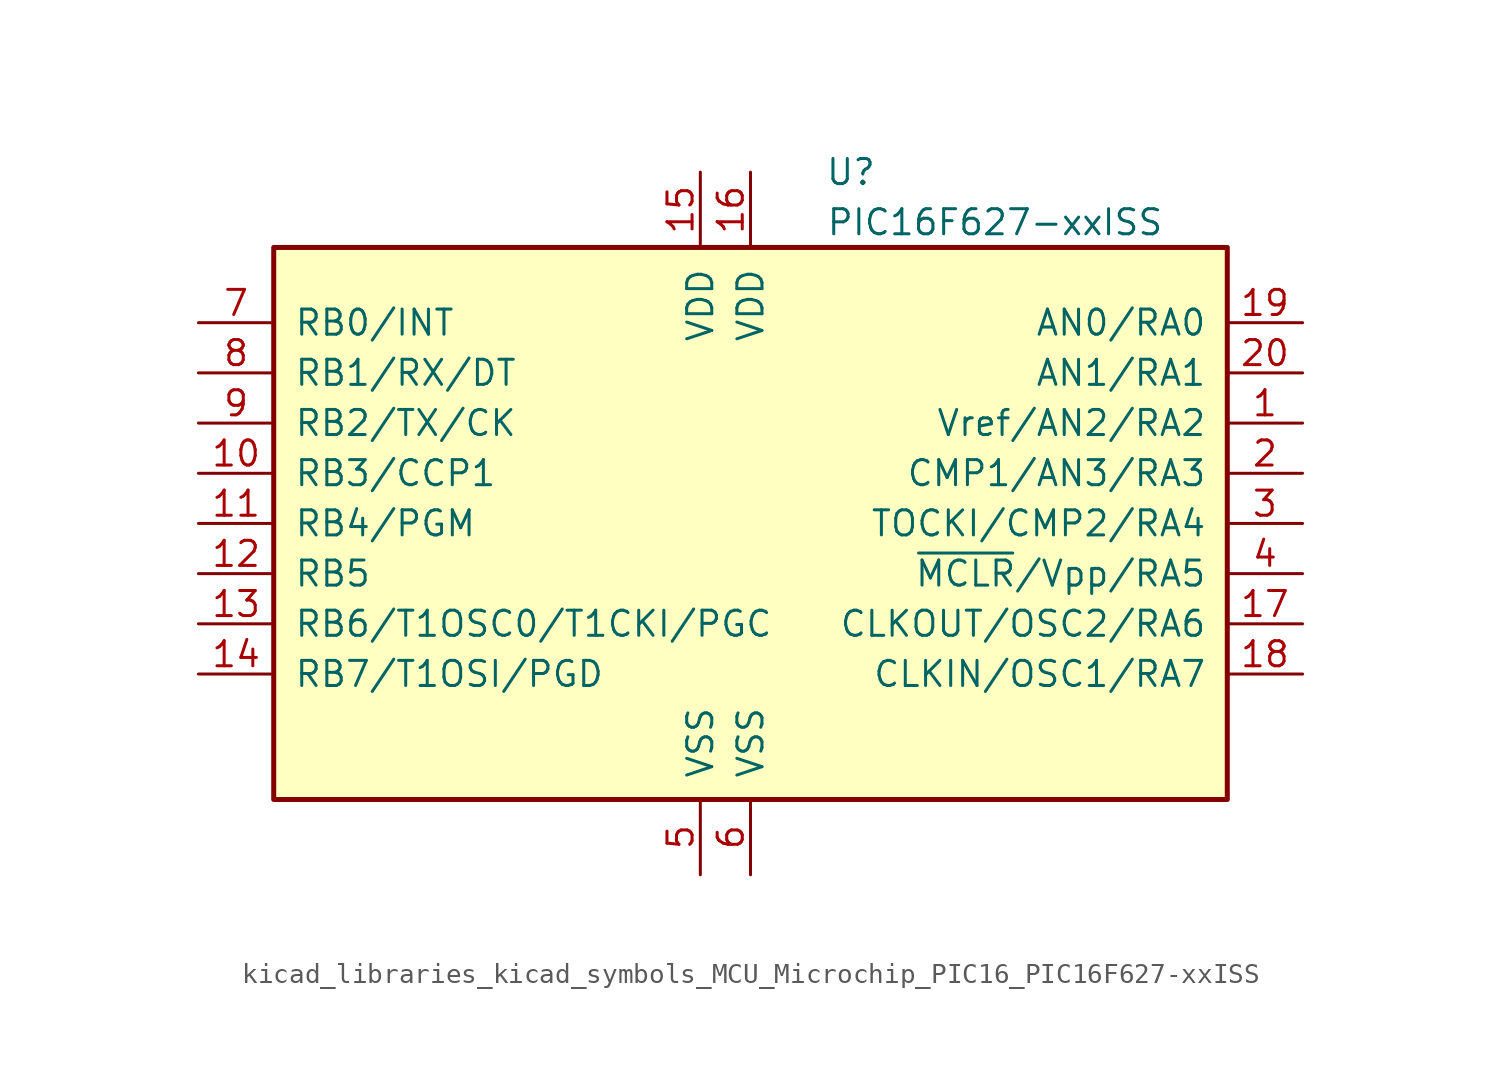
<source format=kicad_sym>
(kicad_symbol_lib
  (version 20220914)
  (generator kicad_symbol_editor)
  (symbol "kicad_libraries_kicad_symbols_MCU_Microchip_PIC16_PIC16F627-xxISS"
    (pin_names
      (offset 1.016))
    (property "Reference" "U"
      (at 5.08 17.78 0)
      (effects (font (size 1.27 1.27))))
    (property "Value" "PIC16F627-xxISS"
      (at 3.81 15.24 0)
      (effects (font (size 1.27 1.27)) (justify left)))
    (symbol "kicad_libraries_kicad_symbols_MCU_Microchip_PIC16_PIC16F627-xxISS_0_1"
      (rectangle (start 24.13 13.97) (end -24.13 -13.97) (stroke (width 0.254) (type default)) (fill (type background))))
    (symbol "kicad_libraries_kicad_symbols_MCU_Microchip_PIC16_PIC16F627-xxISS_1_1"
      (pin bidirectional line (at 27.94 5.08 180) (length 3.81) (name "Vref/AN2/RA2" (effects (font (size 1.27 1.27)))) (number "1" (effects (font (size 1.27 1.27)))))
      (pin bidirectional line (at -27.94 2.54 0) (length 3.81) (name "RB3/CCP1" (effects (font (size 1.27 1.27)))) (number "10" (effects (font (size 1.27 1.27)))))
      (pin bidirectional line (at -27.94 0 0) (length 3.81) (name "RB4/PGM" (effects (font (size 1.27 1.27)))) (number "11" (effects (font (size 1.27 1.27)))))
      (pin bidirectional line (at -27.94 -2.54 0) (length 3.81) (name "RB5" (effects (font (size 1.27 1.27)))) (number "12" (effects (font (size 1.27 1.27)))))
      (pin bidirectional line (at -27.94 -5.08 0) (length 3.81) (name "RB6/T1OSC0/T1CKI/PGC" (effects (font (size 1.27 1.27)))) (number "13" (effects (font (size 1.27 1.27)))))
      (pin bidirectional line (at -27.94 -7.62 0) (length 3.81) (name "RB7/T1OSI/PGD" (effects (font (size 1.27 1.27)))) (number "14" (effects (font (size 1.27 1.27)))))
      (pin power_in line (at -2.54 17.78 270) (length 3.81) (name "VDD" (effects (font (size 1.27 1.27)))) (number "15" (effects (font (size 1.27 1.27)))))
      (pin power_in line (at 0 17.78 270) (length 3.81) (name "VDD" (effects (font (size 1.27 1.27)))) (number "16" (effects (font (size 1.27 1.27)))))
      (pin bidirectional line (at 27.94 -5.08 180) (length 3.81) (name "CLKOUT/OSC2/RA6" (effects (font (size 1.27 1.27)))) (number "17" (effects (font (size 1.27 1.27)))))
      (pin bidirectional line (at 27.94 -7.62 180) (length 3.81) (name "CLKIN/OSC1/RA7" (effects (font (size 1.27 1.27)))) (number "18" (effects (font (size 1.27 1.27)))))
      (pin bidirectional line (at 27.94 10.16 180) (length 3.81) (name "AN0/RA0" (effects (font (size 1.27 1.27)))) (number "19" (effects (font (size 1.27 1.27)))))
      (pin bidirectional line (at 27.94 2.54 180) (length 3.81) (name "CMP1/AN3/RA3" (effects (font (size 1.27 1.27)))) (number "2" (effects (font (size 1.27 1.27)))))
      (pin bidirectional line (at 27.94 7.62 180) (length 3.81) (name "AN1/RA1" (effects (font (size 1.27 1.27)))) (number "20" (effects (font (size 1.27 1.27)))))
      (pin bidirectional line (at 27.94 0 180) (length 3.81) (name "TOCKI/CMP2/RA4" (effects (font (size 1.27 1.27)))) (number "3" (effects (font (size 1.27 1.27)))))
      (pin input line (at 27.94 -2.54 180) (length 3.81) (name "~{MCLR}/Vpp/RA5" (effects (font (size 1.27 1.27)))) (number "4" (effects (font (size 1.27 1.27)))))
      (pin power_in line (at -2.54 -17.78 90) (length 3.81) (name "VSS" (effects (font (size 1.27 1.27)))) (number "5" (effects (font (size 1.27 1.27)))))
      (pin power_in line (at 0 -17.78 90) (length 3.81) (name "VSS" (effects (font (size 1.27 1.27)))) (number "6" (effects (font (size 1.27 1.27)))))
      (pin bidirectional line (at -27.94 10.16 0) (length 3.81) (name "RB0/INT" (effects (font (size 1.27 1.27)))) (number "7" (effects (font (size 1.27 1.27)))))
      (pin bidirectional line (at -27.94 7.62 0) (length 3.81) (name "RB1/RX/DT" (effects (font (size 1.27 1.27)))) (number "8" (effects (font (size 1.27 1.27)))))
      (pin bidirectional line (at -27.94 5.08 0) (length 3.81) (name "RB2/TX/CK" (effects (font (size 1.27 1.27)))) (number "9" (effects (font (size 1.27 1.27))))))))
</source>
